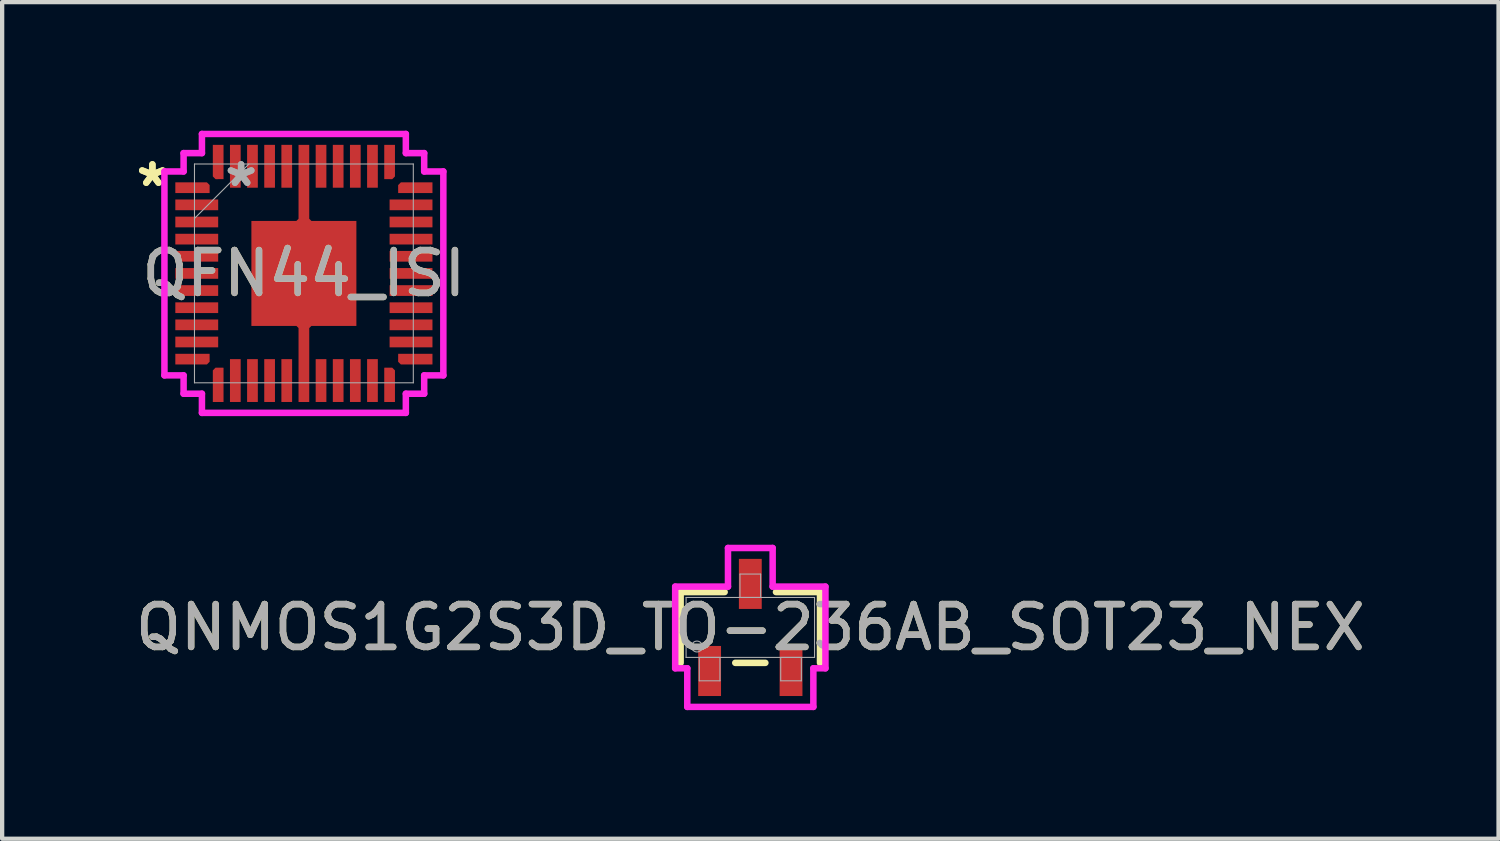
<source format=kicad_pcb>
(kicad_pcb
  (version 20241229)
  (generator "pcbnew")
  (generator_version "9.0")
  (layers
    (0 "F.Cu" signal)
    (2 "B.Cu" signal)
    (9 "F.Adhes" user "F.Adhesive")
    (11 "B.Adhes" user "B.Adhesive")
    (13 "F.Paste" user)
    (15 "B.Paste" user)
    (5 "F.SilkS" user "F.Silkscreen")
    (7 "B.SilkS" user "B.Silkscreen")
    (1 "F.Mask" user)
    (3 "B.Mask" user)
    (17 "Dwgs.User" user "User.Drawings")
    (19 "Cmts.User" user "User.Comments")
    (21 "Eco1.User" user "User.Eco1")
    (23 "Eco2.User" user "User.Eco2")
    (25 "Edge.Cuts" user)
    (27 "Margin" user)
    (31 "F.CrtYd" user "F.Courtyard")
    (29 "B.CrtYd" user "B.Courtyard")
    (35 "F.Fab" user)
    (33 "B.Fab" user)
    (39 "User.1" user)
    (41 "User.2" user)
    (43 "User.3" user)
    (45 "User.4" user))
  (footprint "QFN44_ISI"
    (layer "F.Cu")
    (at 4.041 3.33)
    (property "Reference" "QFN44_ISI" (at 0 0 0) (unlocked yes) (layer "F.SilkS") (effects (font (size 1 1) (thickness 0.15))))
    (attr smd)
    (fp_poly (pts (xy -3 -2.125) (xy -3 -1.875) (xy -2.2 -1.875) (xy -2.199 -2.062) (xy -2.263 -2.125)) (stroke (width 0) (type solid)) (fill yes) (layer "F.Cu"))
    (fp_poly (pts (xy -3 2.125) (xy -3 1.875) (xy -2.2 1.875) (xy -2.199 2.061) (xy -2.263 2.125)) (stroke (width 0) (type solid)) (fill yes) (layer "F.Cu"))
    (fp_poly (pts (xy -2.125 3) (xy -1.875 3) (xy -1.875 2.2) (xy -2.062 2.199) (xy -2.125 2.263)) (stroke (width 0) (type solid)) (fill yes) (layer "F.Cu"))
    (fp_poly (pts (xy -2.125 -3) (xy -1.875 -3) (xy -1.875 -2.2) (xy -2.061 -2.199) (xy -2.125 -2.263)) (stroke (width 0) (type solid)) (fill yes) (layer "F.Cu"))
    (fp_poly (pts (xy 2.125 3) (xy 1.875 3) (xy 1.875 2.2) (xy 2.061 2.199) (xy 2.125 2.263)) (stroke (width 0) (type solid)) (fill yes) (layer "F.Cu"))
    (fp_poly (pts (xy 2.125 -3) (xy 1.875 -3) (xy 1.875 -2.2) (xy 2.062 -2.199) (xy 2.125 -2.263)) (stroke (width 0) (type solid)) (fill yes) (layer "F.Cu"))
    (fp_poly (pts (xy 3 -2.125) (xy 3 -1.875) (xy 2.2 -1.875) (xy 2.199 -2.061) (xy 2.263 -2.125)) (stroke (width 0) (type solid)) (fill yes) (layer "F.Cu"))
    (fp_poly (pts (xy 3 2.125) (xy 3 1.875) (xy 2.2 1.875) (xy 2.199 2.062) (xy 2.263 2.125)) (stroke (width 0) (type solid)) (fill yes) (layer "F.Cu"))
    (fp_poly (pts (xy -0.125 -3) (xy 0.125 -3) (xy 0.125 -1.275) (xy 0.175 -1.225) (xy 1.225 -1.225) (xy 1.225 1.225) (xy 0.175 1.225) (xy 0.125 1.275) (xy 0.125 3) (xy -0.125 3) (xy -0.125 1.275) (xy -0.175 1.225) (xy -1.225 1.225) (xy -1.225 -1.225) (xy -0.175 -1.225) (xy -0.125 -1.275)) (stroke (width 0) (type solid)) (fill yes) (layer "F.Cu"))
    (fp_poly (pts (xy -3 -2.125) (xy -3 -1.875) (xy -2.2 -1.875) (xy -2.199 -2.062) (xy -2.263 -2.125)) (stroke (width 0) (type solid)) (fill yes) (layer "F.Mask"))
    (fp_poly (pts (xy -3 2.125) (xy -3 1.875) (xy -2.2 1.875) (xy -2.199 2.061) (xy -2.263 2.125)) (stroke (width 0) (type solid)) (fill yes) (layer "F.Mask"))
    (fp_poly (pts (xy -2.125 3) (xy -1.875 3) (xy -1.875 2.2) (xy -2.062 2.199) (xy -2.125 2.263)) (stroke (width 0) (type solid)) (fill yes) (layer "F.Mask"))
    (fp_poly (pts (xy -2.125 -3) (xy -1.875 -3) (xy -1.875 -2.2) (xy -2.061 -2.199) (xy -2.125 -2.263)) (stroke (width 0) (type solid)) (fill yes) (layer "F.Mask"))
    (fp_poly (pts (xy 2.125 3) (xy 1.875 3) (xy 1.875 2.2) (xy 2.061 2.199) (xy 2.125 2.263)) (stroke (width 0) (type solid)) (fill yes) (layer "F.Mask"))
    (fp_poly (pts (xy 2.125 -3) (xy 1.875 -3) (xy 1.875 -2.2) (xy 2.062 -2.199) (xy 2.125 -2.263)) (stroke (width 0) (type solid)) (fill yes) (layer "F.Mask"))
    (fp_poly (pts (xy 3 -2.125) (xy 3 -1.875) (xy 2.2 -1.875) (xy 2.199 -2.061) (xy 2.263 -2.125)) (stroke (width 0) (type solid)) (fill yes) (layer "F.Mask"))
    (fp_poly (pts (xy 3 2.125) (xy 3 1.875) (xy 2.2 1.875) (xy 2.199 2.062) (xy 2.263 2.125)) (stroke (width 0) (type solid)) (fill yes) (layer "F.Mask"))
    (fp_poly (pts (xy -0.125 -3) (xy 0.125 -3) (xy 0.125 -1.275) (xy 0.175 -1.225) (xy 1.225 -1.225) (xy 1.225 1.225) (xy 0.175 1.225) (xy 0.125 1.275) (xy 0.125 3) (xy -0.125 3) (xy -0.125 1.275) (xy -0.175 1.225) (xy -1.225 1.225) (xy -1.225 -1.225) (xy -0.175 -1.225) (xy -0.125 -1.275)) (stroke (width 0) (type solid)) (fill yes) (layer "F.Mask"))
    (fp_poly (pts (xy -3 -2.125) (xy -3 -1.875) (xy -2.2 -1.875) (xy -2.199 -2.062) (xy -2.263 -2.125)) (stroke (width 0) (type solid)) (fill yes) (layer "F.Paste"))
    (fp_poly (pts (xy -3 2.125) (xy -3 1.875) (xy -2.2 1.875) (xy -2.199 2.061) (xy -2.263 2.125)) (stroke (width 0) (type solid)) (fill yes) (layer "F.Paste"))
    (fp_poly (pts (xy -2.125 3) (xy -1.875 3) (xy -1.875 2.2) (xy -2.062 2.199) (xy -2.125 2.263)) (stroke (width 0) (type solid)) (fill yes) (layer "F.Paste"))
    (fp_poly (pts (xy -2.125 -3) (xy -1.875 -3) (xy -1.875 -2.2) (xy -2.061 -2.199) (xy -2.125 -2.263)) (stroke (width 0) (type solid)) (fill yes) (layer "F.Paste"))
    (fp_poly (pts (xy 2.125 3) (xy 1.875 3) (xy 1.875 2.2) (xy 2.061 2.199) (xy 2.125 2.263)) (stroke (width 0) (type solid)) (fill yes) (layer "F.Paste"))
    (fp_poly (pts (xy 2.125 -3) (xy 1.875 -3) (xy 1.875 -2.2) (xy 2.062 -2.199) (xy 2.125 -2.263)) (stroke (width 0) (type solid)) (fill yes) (layer "F.Paste"))
    (fp_poly (pts (xy 3 -2.125) (xy 3 -1.875) (xy 2.2 -1.875) (xy 2.199 -2.061) (xy 2.263 -2.125)) (stroke (width 0) (type solid)) (fill yes) (layer "F.Paste"))
    (fp_poly (pts (xy 3 2.125) (xy 3 1.875) (xy 2.2 1.875) (xy 2.199 2.062) (xy 2.263 2.125)) (stroke (width 0) (type solid)) (fill yes) (layer "F.Paste"))
    (fp_poly (pts (xy -0.125 -3) (xy 0.125 -3) (xy 0.125 -1.275) (xy 0.175 -1.225) (xy 1.225 -1.225) (xy 1.225 1.225) (xy 0.175 1.225) (xy 0.125 1.275) (xy 0.125 3) (xy -0.125 3) (xy -0.125 1.275) (xy -0.175 1.225) (xy -1.225 1.225) (xy -1.225 -1.225) (xy -0.175 -1.225) (xy -0.125 -1.275)) (stroke (width 0) (type solid)) (fill yes) (layer "F.Paste"))
    (fp_line (start -3.254 -2.379) (end -2.807 -2.379) (stroke (width 0.152) (type solid)) (layer "F.CrtYd"))
    (fp_line (start -3.254 2.379) (end -3.254 -2.379) (stroke (width 0.152) (type solid)) (layer "F.CrtYd"))
    (fp_line (start -2.807 -2.807) (end -2.379 -2.807) (stroke (width 0.152) (type solid)) (layer "F.CrtYd"))
    (fp_line (start -2.807 -2.379) (end -2.807 -2.807) (stroke (width 0.152) (type solid)) (layer "F.CrtYd"))
    (fp_line (start -2.807 2.379) (end -3.254 2.379) (stroke (width 0.152) (type solid)) (layer "F.CrtYd"))
    (fp_line (start -2.807 2.807) (end -2.807 2.379) (stroke (width 0.152) (type solid)) (layer "F.CrtYd"))
    (fp_line (start -2.379 -3.254) (end 2.379 -3.254) (stroke (width 0.152) (type solid)) (layer "F.CrtYd"))
    (fp_line (start -2.379 -2.807) (end -2.379 -3.254) (stroke (width 0.152) (type solid)) (layer "F.CrtYd"))
    (fp_line (start -2.379 2.807) (end -2.807 2.807) (stroke (width 0.152) (type solid)) (layer "F.CrtYd"))
    (fp_line (start -2.379 3.254) (end -2.379 2.807) (stroke (width 0.152) (type solid)) (layer "F.CrtYd"))
    (fp_line (start 2.379 -3.254) (end 2.379 -2.807) (stroke (width 0.152) (type solid)) (layer "F.CrtYd"))
    (fp_line (start 2.379 -2.807) (end 2.807 -2.807) (stroke (width 0.152) (type solid)) (layer "F.CrtYd"))
    (fp_line (start 2.379 2.807) (end 2.379 3.254) (stroke (width 0.152) (type solid)) (layer "F.CrtYd"))
    (fp_line (start 2.379 3.254) (end -2.379 3.254) (stroke (width 0.152) (type solid)) (layer "F.CrtYd"))
    (fp_line (start 2.807 -2.807) (end 2.807 -2.379) (stroke (width 0.152) (type solid)) (layer "F.CrtYd"))
    (fp_line (start 2.807 -2.379) (end 3.254 -2.379) (stroke (width 0.152) (type solid)) (layer "F.CrtYd"))
    (fp_line (start 2.807 2.379) (end 2.807 2.807) (stroke (width 0.152) (type solid)) (layer "F.CrtYd"))
    (fp_line (start 2.807 2.807) (end 2.379 2.807) (stroke (width 0.152) (type solid)) (layer "F.CrtYd"))
    (fp_line (start 3.254 -2.379) (end 3.254 2.379) (stroke (width 0.152) (type solid)) (layer "F.CrtYd"))
    (fp_line (start 3.254 2.379) (end 2.807 2.379) (stroke (width 0.152) (type solid)) (layer "F.CrtYd"))
    (fp_line (start -2.553 -2.553) (end -2.553 2.553) (stroke (width 0.025) (type solid)) (layer "F.Fab"))
    (fp_line (start -2.553 -1.283) (end -1.283 -2.553) (stroke (width 0.025) (type solid)) (layer "F.Fab"))
    (fp_line (start -2.553 2.553) (end 2.553 2.553) (stroke (width 0.025) (type solid)) (layer "F.Fab"))
    (fp_line (start 2.553 -2.553) (end -2.553 -2.553) (stroke (width 0.025) (type solid)) (layer "F.Fab"))
    (fp_line (start 2.553 2.553) (end 2.553 -2.553) (stroke (width 0.025) (type solid)) (layer "F.Fab"))
    (fp_text user "*" (at -3.535 -2 0) (layer "F.SilkS") (effects (font (size 1 1) (thickness 0.15))))
    (fp_text user "*" (at -3.535 -2 0) (unlocked yes) (layer "F.SilkS") (effects (font (size 1 1) (thickness 0.15))))
    (fp_text user "${REFERENCE}" (at 0 0 0) (unlocked yes) (layer "F.Fab") (effects (font (size 1 1) (thickness 0.15))))
    (fp_text user "*" (at -1.465 -2 0) (layer "F.Fab") (effects (font (size 1 1) (thickness 0.15))))
    (fp_text user "*" (at -1.465 -2 0) (unlocked yes) (layer "F.Fab") (effects (font (size 1 1) (thickness 0.15))))
    (pad "1" smd rect (at -2.6 -2) (size 0.127 0.127) (layers "F.Cu" "F.Mask" "F.Paste"))
    (pad "2" smd rect (at -2.5 -1.6) (size 1 0.25) (layers "F.Cu" "F.Mask" "F.Paste"))
    (pad "3" smd rect (at -2.5 -1.2) (size 1 0.25) (layers "F.Cu" "F.Mask" "F.Paste"))
    (pad "4" smd rect (at -2.5 -0.8) (size 1 0.25) (layers "F.Cu" "F.Mask" "F.Paste"))
    (pad "5" smd rect (at -2.5 -0.4) (size 1 0.25) (layers "F.Cu" "F.Mask" "F.Paste"))
    (pad "6" smd rect (at -2.5 0) (size 1 0.25) (layers "F.Cu" "F.Mask" "F.Paste"))
    (pad "7" smd rect (at -2.5 0.4) (size 1 0.25) (layers "F.Cu" "F.Mask" "F.Paste"))
    (pad "8" smd rect (at -2.5 0.8) (size 1 0.25) (layers "F.Cu" "F.Mask" "F.Paste"))
    (pad "9" smd rect (at -2.5 1.2) (size 1 0.25) (layers "F.Cu" "F.Mask" "F.Paste"))
    (pad "10" smd rect (at -2.5 1.6) (size 1 0.25) (layers "F.Cu" "F.Mask" "F.Paste"))
    (pad "11" smd rect (at -2.6 2) (size 0.127 0.127) (layers "F.Cu" "F.Mask" "F.Paste"))
    (pad "12" smd rect (at -2 2.6 90) (size 0.127 0.127) (layers "F.Cu" "F.Mask" "F.Paste"))
    (pad "13" smd rect (at -1.6 2.5 90) (size 1 0.25) (layers "F.Cu" "F.Mask" "F.Paste"))
    (pad "14" smd rect (at -1.2 2.5 90) (size 1 0.25) (layers "F.Cu" "F.Mask" "F.Paste"))
    (pad "15" smd rect (at -0.8 2.5 90) (size 1 0.25) (layers "F.Cu" "F.Mask" "F.Paste"))
    (pad "16" smd rect (at -0.4 2.5 90) (size 1 0.25) (layers "F.Cu" "F.Mask" "F.Paste"))
    (pad "17" smd rect (at 0 2.5 90) (size 0.127 0.127) (layers "F.Cu" "F.Mask" "F.Paste"))
    (pad "18" smd rect (at 0.4 2.5 90) (size 1 0.25) (layers "F.Cu" "F.Mask" "F.Paste"))
    (pad "19" smd rect (at 0.8 2.5 90) (size 1 0.25) (layers "F.Cu" "F.Mask" "F.Paste"))
    (pad "20" smd rect (at 1.2 2.5 90) (size 1 0.25) (layers "F.Cu" "F.Mask" "F.Paste"))
    (pad "21" smd rect (at 1.6 2.5 90) (size 1 0.25) (layers "F.Cu" "F.Mask" "F.Paste"))
    (pad "22" smd rect (at 2 2.6 90) (size 0.127 0.127) (layers "F.Cu" "F.Mask" "F.Paste"))
    (pad "23" smd rect (at 2.6 2) (size 0.127 0.127) (layers "F.Cu" "F.Mask" "F.Paste"))
    (pad "24" smd rect (at 2.5 1.6) (size 1 0.25) (layers "F.Cu" "F.Mask" "F.Paste"))
    (pad "25" smd rect (at 2.5 1.2) (size 1 0.25) (layers "F.Cu" "F.Mask" "F.Paste"))
    (pad "26" smd rect (at 2.5 0.8) (size 1 0.25) (layers "F.Cu" "F.Mask" "F.Paste"))
    (pad "27" smd rect (at 2.5 0.4) (size 1 0.25) (layers "F.Cu" "F.Mask" "F.Paste"))
    (pad "28" smd rect (at 2.5 0) (size 1 0.25) (layers "F.Cu" "F.Mask" "F.Paste"))
    (pad "29" smd rect (at 2.5 -0.4) (size 1 0.25) (layers "F.Cu" "F.Mask" "F.Paste"))
    (pad "30" smd rect (at 2.5 -0.8) (size 1 0.25) (layers "F.Cu" "F.Mask" "F.Paste"))
    (pad "31" smd rect (at 2.5 -1.2) (size 1 0.25) (layers "F.Cu" "F.Mask" "F.Paste"))
    (pad "32" smd rect (at 2.5 -1.6) (size 1 0.25) (layers "F.Cu" "F.Mask" "F.Paste"))
    (pad "33" smd rect (at 2.6 -2) (size 0.127 0.127) (layers "F.Cu" "F.Mask" "F.Paste"))
    (pad "34" smd rect (at 2 -2.6 90) (size 0.127 0.127) (layers "F.Cu" "F.Mask" "F.Paste"))
    (pad "35" smd rect (at 1.6 -2.5 90) (size 1 0.25) (layers "F.Cu" "F.Mask" "F.Paste"))
    (pad "36" smd rect (at 1.2 -2.5 90) (size 1 0.25) (layers "F.Cu" "F.Mask" "F.Paste"))
    (pad "37" smd rect (at 0.8 -2.5 90) (size 1 0.25) (layers "F.Cu" "F.Mask" "F.Paste"))
    (pad "38" smd rect (at 0.4 -2.5 90) (size 1 0.25) (layers "F.Cu" "F.Mask" "F.Paste"))
    (pad "39" smd rect (at 0 -2.5 90) (size 0.127 0.127) (layers "F.Cu" "F.Mask" "F.Paste"))
    (pad "40" smd rect (at -0.4 -2.5 90) (size 1 0.25) (layers "F.Cu" "F.Mask" "F.Paste"))
    (pad "41" smd rect (at -0.8 -2.5 90) (size 1 0.25) (layers "F.Cu" "F.Mask" "F.Paste"))
    (pad "42" smd rect (at -1.2 -2.5 90) (size 1 0.25) (layers "F.Cu" "F.Mask" "F.Paste"))
    (pad "43" smd rect (at -1.6 -2.5 90) (size 1 0.25) (layers "F.Cu" "F.Mask" "F.Paste"))
    (pad "44" smd rect (at -2 -2.6 90) (size 0.127 0.127) (layers "F.Cu" "F.Mask" "F.Paste"))
    (pad "45" smd rect (at 0 0) (size 0.127 0.127) (layers "F.Cu" "F.Mask" "F.Paste")))
  (footprint "QNMOS1G2S3D_TO-236AB_SOT23_NEX"
    (layer "F.Cu")
    (at 14.458 11.591)
    (property "Reference" "QNMOS1G2S3D_TO-236AB_SOT23_NEX" (at 0 0 0) (unlocked yes) (layer "F.SilkS") (effects (font (size 1 1) (thickness 0.15))))
    (attr smd)
    (fp_line (start -1.626 -0.826) (end -1.626 0.826) (stroke (width 0.152) (type solid)) (layer "F.SilkS"))
    (fp_line (start -0.599 -0.826) (end -1.626 -0.826) (stroke (width 0.152) (type solid)) (layer "F.SilkS"))
    (fp_line (start -0.351 0.826) (end 0.351 0.826) (stroke (width 0.152) (type solid)) (layer "F.SilkS"))
    (fp_line (start 1.626 -0.826) (end 0.599 -0.826) (stroke (width 0.152) (type solid)) (layer "F.SilkS"))
    (fp_line (start 1.626 0.826) (end 1.626 -0.826) (stroke (width 0.152) (type solid)) (layer "F.SilkS"))
    (fp_line (start -1.753 -0.953) (end -0.521 -0.953) (stroke (width 0.152) (type solid)) (layer "F.CrtYd"))
    (fp_line (start -1.753 0.953) (end -1.753 -0.953) (stroke (width 0.152) (type solid)) (layer "F.CrtYd"))
    (fp_line (start -1.753 0.953) (end -1.471 0.953) (stroke (width 0.152) (type solid)) (layer "F.CrtYd"))
    (fp_line (start -1.471 0.953) (end -1.471 1.854) (stroke (width 0.152) (type solid)) (layer "F.CrtYd"))
    (fp_line (start -1.471 1.854) (end 1.471 1.854) (stroke (width 0.152) (type solid)) (layer "F.CrtYd"))
    (fp_line (start -0.521 -1.854) (end 0.521 -1.854) (stroke (width 0.152) (type solid)) (layer "F.CrtYd"))
    (fp_line (start -0.521 -0.953) (end -0.521 -1.854) (stroke (width 0.152) (type solid)) (layer "F.CrtYd"))
    (fp_line (start 0.521 -0.953) (end 0.521 -1.854) (stroke (width 0.152) (type solid)) (layer "F.CrtYd"))
    (fp_line (start 1.471 0.953) (end 1.471 1.854) (stroke (width 0.152) (type solid)) (layer "F.CrtYd"))
    (fp_line (start 1.753 -0.953) (end 0.521 -0.953) (stroke (width 0.152) (type solid)) (layer "F.CrtYd"))
    (fp_line (start 1.753 -0.953) (end 1.753 0.953) (stroke (width 0.152) (type solid)) (layer "F.CrtYd"))
    (fp_line (start 1.753 0.953) (end 1.471 0.953) (stroke (width 0.152) (type solid)) (layer "F.CrtYd"))
    (fp_line (start -1.499 -0.699) (end -1.499 0.699) (stroke (width 0.025) (type solid)) (layer "F.Fab"))
    (fp_line (start -1.499 0.699) (end 1.499 0.699) (stroke (width 0.025) (type solid)) (layer "F.Fab"))
    (fp_line (start -1.191 0.699) (end -1.191 1.245) (stroke (width 0.025) (type solid)) (layer "F.Fab"))
    (fp_line (start -1.191 1.245) (end -0.709 1.245) (stroke (width 0.025) (type solid)) (layer "F.Fab"))
    (fp_line (start -0.709 0.699) (end -1.191 0.699) (stroke (width 0.025) (type solid)) (layer "F.Fab"))
    (fp_line (start -0.709 1.245) (end -0.709 0.699) (stroke (width 0.025) (type solid)) (layer "F.Fab"))
    (fp_line (start -0.241 -1.245) (end -0.241 -0.699) (stroke (width 0.025) (type solid)) (layer "F.Fab"))
    (fp_line (start -0.241 -0.699) (end 0.241 -0.699) (stroke (width 0.025) (type solid)) (layer "F.Fab"))
    (fp_line (start 0.241 -1.245) (end -0.241 -1.245) (stroke (width 0.025) (type solid)) (layer "F.Fab"))
    (fp_line (start 0.241 -0.699) (end 0.241 -1.245) (stroke (width 0.025) (type solid)) (layer "F.Fab"))
    (fp_line (start 0.709 0.699) (end 0.709 1.245) (stroke (width 0.025) (type solid)) (layer "F.Fab"))
    (fp_line (start 0.709 1.245) (end 1.191 1.245) (stroke (width 0.025) (type solid)) (layer "F.Fab"))
    (fp_line (start 1.191 0.699) (end 0.709 0.699) (stroke (width 0.025) (type solid)) (layer "F.Fab"))
    (fp_line (start 1.191 1.245) (end 1.191 0.699) (stroke (width 0.025) (type solid)) (layer "F.Fab"))
    (fp_line (start 1.499 -0.699) (end -1.499 -0.699) (stroke (width 0.025) (type solid)) (layer "F.Fab"))
    (fp_line (start 1.499 0.699) (end 1.499 -0.699) (stroke (width 0.025) (type solid)) (layer "F.Fab"))
    (fp_circle (center -1.245 0.445) (end -1.118 0.445) (stroke (width 0.025) (type solid)) (fill no) (layer "F.Fab"))
    (fp_text user "${REFERENCE}" (at 0 0 0) (unlocked yes) (layer "F.Fab") (effects (font (size 1 1) (thickness 0.15))))
    (pad "1" smd rect (at -0.95 1.016) (size 0.533 1.168) (layers "F.Cu" "F.Mask" "F.Paste"))
    (pad "2" smd rect (at 0.95 1.016) (size 0.533 1.168) (layers "F.Cu" "F.Mask" "F.Paste"))
    (pad "3" smd rect (at 0 -1.016) (size 0.533 1.168) (layers "F.Cu" "F.Mask" "F.Paste")))
  (gr_rect
    (start -3 -3)
    (end 31.917 16.521)
    (stroke (width 0.1) (type default))
    (fill no)
    (layer "Edge.Cuts")))
</source>
